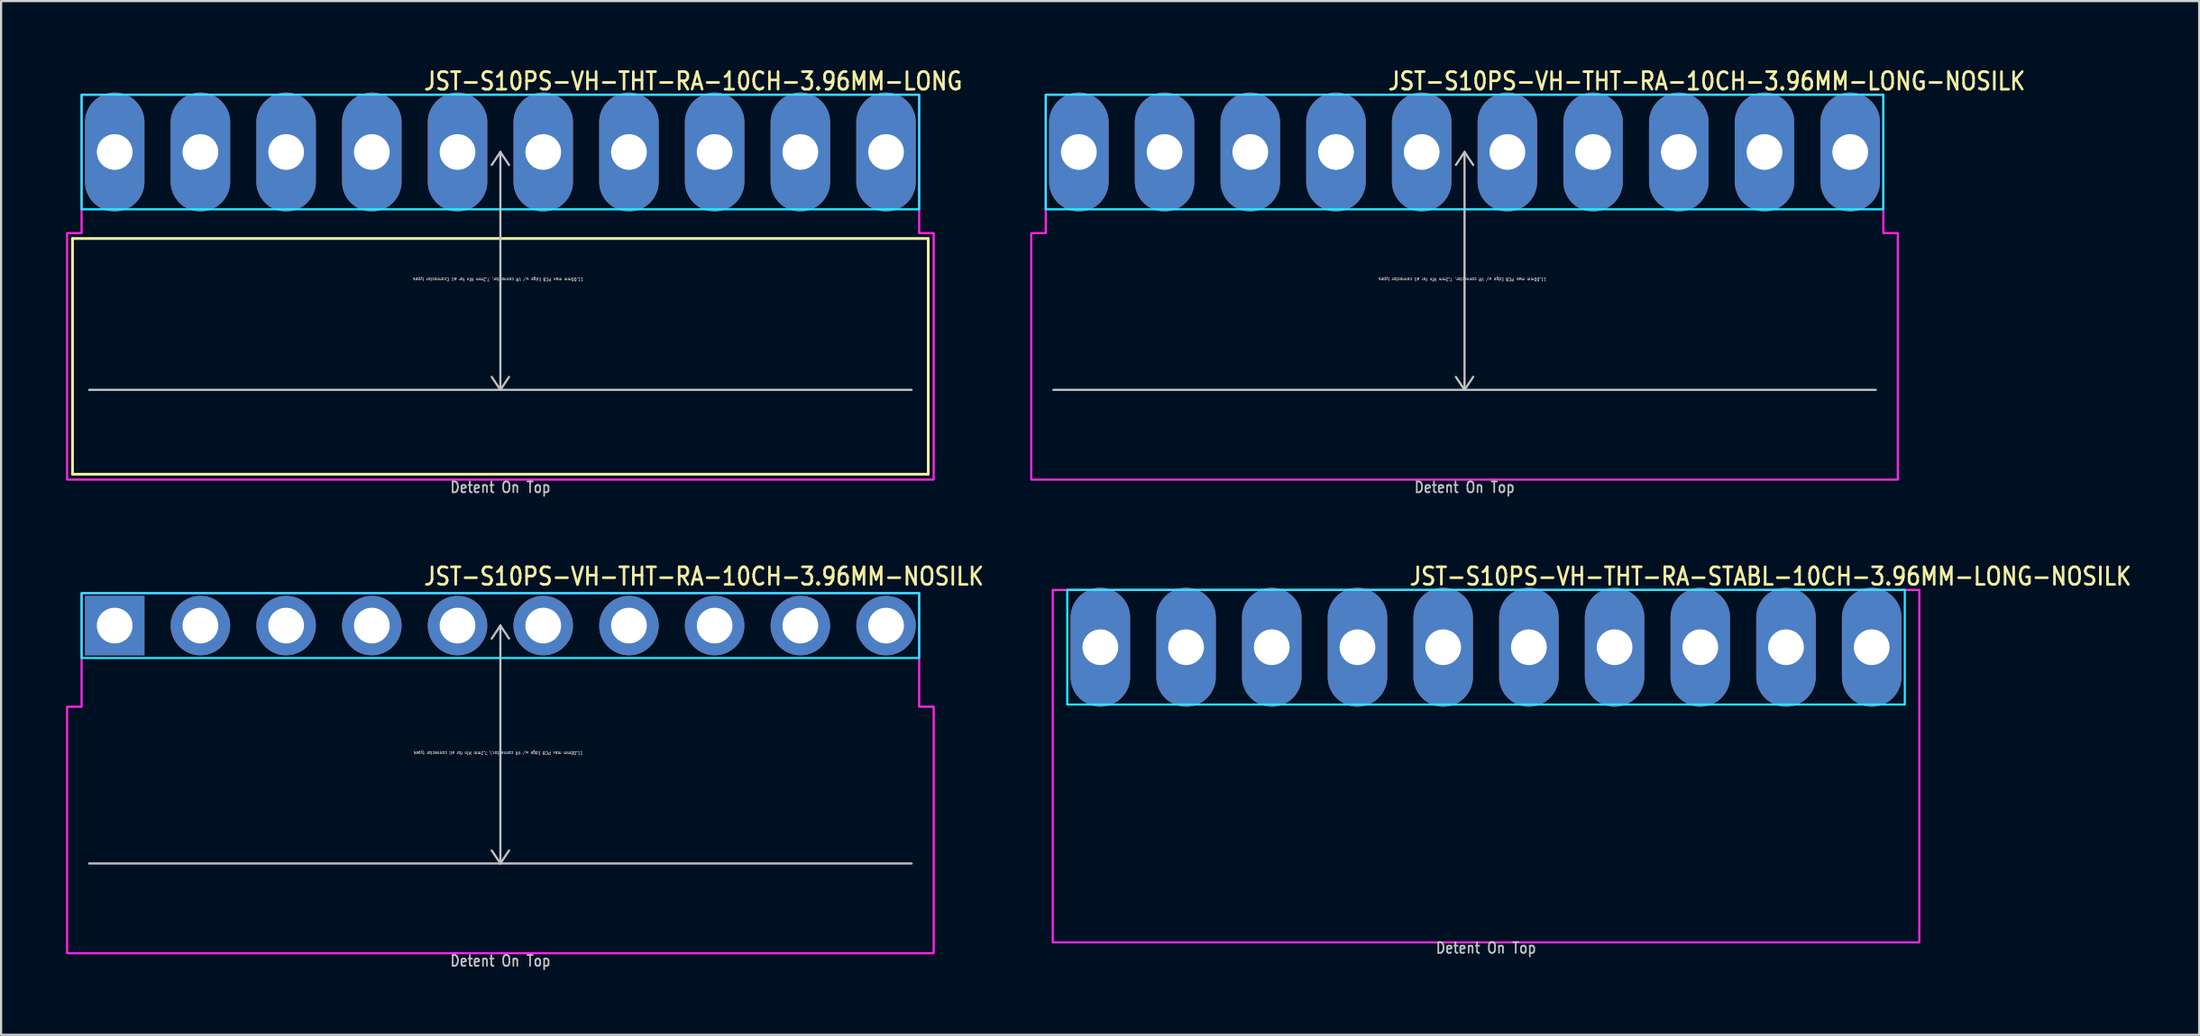
<source format=kicad_pcb>
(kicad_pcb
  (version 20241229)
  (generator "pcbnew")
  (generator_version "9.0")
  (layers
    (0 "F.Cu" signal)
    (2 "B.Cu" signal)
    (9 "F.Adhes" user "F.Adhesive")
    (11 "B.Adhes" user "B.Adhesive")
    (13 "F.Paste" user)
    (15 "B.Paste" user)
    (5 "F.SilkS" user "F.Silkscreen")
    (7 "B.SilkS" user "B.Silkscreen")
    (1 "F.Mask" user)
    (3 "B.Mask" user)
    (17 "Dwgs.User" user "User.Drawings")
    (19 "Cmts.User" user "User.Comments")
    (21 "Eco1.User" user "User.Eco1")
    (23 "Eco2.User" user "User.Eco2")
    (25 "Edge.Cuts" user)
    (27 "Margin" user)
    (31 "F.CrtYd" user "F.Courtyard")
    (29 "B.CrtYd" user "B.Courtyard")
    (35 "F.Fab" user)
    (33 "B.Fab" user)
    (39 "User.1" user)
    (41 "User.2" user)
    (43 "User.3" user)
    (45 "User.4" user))
  (footprint "JST-S10PS-VH-THT-RA-10CH-3.96MM-LONG-NOSILK"
    (layer "F.Cu")
    (at 64.619 3.979)
    (property "Reference" "JST-S10PS-VH-THT-RA-10CH-3.96MM-LONG-NOSILK" (at -3.6 -2.8 0) (unlocked yes) (layer "F.SilkS") (effects (font (size 0.813 0.695) (thickness 0.122)) (justify left bottom)))
    (fp_line (start -19 11) (end 19 11) (stroke (width 0.1) (type solid)) (layer "Dwgs.User"))
    (fp_line (start 0 0) (end -0.4 0.6) (stroke (width 0.1) (type solid)) (layer "Dwgs.User"))
    (fp_line (start 0 0) (end 0 11) (stroke (width 0.1) (type solid)) (layer "Dwgs.User"))
    (fp_line (start 0 0) (end 0.4 0.6) (stroke (width 0.1) (type solid)) (layer "Dwgs.User"))
    (fp_line (start 0 11) (end -0.4 10.4) (stroke (width 0.1) (type solid)) (layer "Dwgs.User"))
    (fp_line (start 0 11) (end 0.4 10.4) (stroke (width 0.1) (type solid)) (layer "Dwgs.User"))
    (fp_poly (pts (xy -19.35 -2.65) (xy -19.35 2.65) (xy 19.35 2.65) (xy 19.35 -2.65)) (stroke (width 0.1) (type solid)) (fill no) (layer "B.CrtYd"))
    (fp_poly (pts (xy -20.02 3.75) (xy -20.02 15.15) (xy 20.02 15.15) (xy 20.02 3.75) (xy 19.35 3.75) (xy 19.35 -2.65) (xy -19.35 -2.65) (xy -19.35 3.75)) (stroke (width 0.1) (type solid)) (fill no) (layer "F.CrtYd"))
    (fp_text user "11.00mm max PCB Edge w/ VR connector, 7.2mm Min for all connector types" (at -0.1 5.8 180) (unlocked yes) (layer "Dwgs.User") (effects (font (size 0.15 0.128) (thickness 0.022)) (justify bottom)))
    (fp_text user "Detent On Top" (at 0 15.8 0) (unlocked yes) (layer "Dwgs.User") (effects (font (size 0.5 0.427) (thickness 0.075)) (justify bottom)))
    (pad "P$1" thru_hole oval (at -17.82 0 90) (size 5.5 2.75) (drill 1.65) (layers "*.Cu" "*.Mask"))
    (pad "P$2" thru_hole oval (at -13.86 0 90) (size 5.5 2.75) (drill 1.65) (layers "*.Cu" "*.Mask"))
    (pad "P$3" thru_hole oval (at -9.9 0 90) (size 5.5 2.75) (drill 1.65) (layers "*.Cu" "*.Mask"))
    (pad "P$4" thru_hole oval (at -5.94 0 90) (size 5.5 2.75) (drill 1.65) (layers "*.Cu" "*.Mask"))
    (pad "P$5" thru_hole oval (at -1.98 0 90) (size 5.5 2.75) (drill 1.65) (layers "*.Cu" "*.Mask"))
    (pad "P$6" thru_hole oval (at 1.98 0 90) (size 5.5 2.75) (drill 1.65) (layers "*.Cu" "*.Mask"))
    (pad "P$7" thru_hole oval (at 5.94 0 90) (size 5.5 2.75) (drill 1.65) (layers "*.Cu" "*.Mask"))
    (pad "P$8" thru_hole oval (at 9.9 0 90) (size 5.5 2.75) (drill 1.65) (layers "*.Cu" "*.Mask"))
    (pad "P$9" thru_hole oval (at 13.86 0 90) (size 5.5 2.75) (drill 1.65) (layers "*.Cu" "*.Mask"))
    (pad "P$10" thru_hole oval (at 17.82 0 90) (size 5.5 2.75) (drill 1.65) (layers "*.Cu" "*.Mask")))
  (footprint "JST-S10PS-VH-THT-RA-STABL-10CH-3.96MM-LONG-NOSILK"
    (layer "F.Cu")
    (at 65.612 26.88)
    (property "Reference" "JST-S10PS-VH-THT-RA-STABL-10CH-3.96MM-LONG-NOSILK" (at -3.6 -2.8 0) (unlocked yes) (layer "F.SilkS") (effects (font (size 0.813 0.695) (thickness 0.122)) (justify left bottom)))
    (fp_poly (pts (xy -19.35 -2.65) (xy -19.35 2.65) (xy 19.35 2.65) (xy 19.35 -2.65)) (stroke (width 0.1) (type solid)) (fill no) (layer "B.CrtYd"))
    (fp_poly (pts (xy -20.02 -2.65) (xy -20.02 13.65) (xy 20.02 13.65) (xy 20.02 -2.65)) (stroke (width 0.1) (type solid)) (fill no) (layer "F.CrtYd"))
    (fp_text user "Detent On Top" (at 0 14.2 0) (unlocked yes) (layer "Dwgs.User") (effects (font (size 0.5 0.427) (thickness 0.075)) (justify bottom)))
    (pad "1" thru_hole oval (at -17.82 0 90) (size 5.5 2.75) (drill 1.65) (layers "*.Cu" "*.Mask"))
    (pad "2" thru_hole oval (at -13.86 0 90) (size 5.5 2.75) (drill 1.65) (layers "*.Cu" "*.Mask"))
    (pad "3" thru_hole oval (at -9.9 0 90) (size 5.5 2.75) (drill 1.65) (layers "*.Cu" "*.Mask"))
    (pad "4" thru_hole oval (at -5.94 0 90) (size 5.5 2.75) (drill 1.65) (layers "*.Cu" "*.Mask"))
    (pad "5" thru_hole oval (at -1.98 0 90) (size 5.5 2.75) (drill 1.65) (layers "*.Cu" "*.Mask"))
    (pad "6" thru_hole oval (at 1.98 0 90) (size 5.5 2.75) (drill 1.65) (layers "*.Cu" "*.Mask"))
    (pad "7" thru_hole oval (at 5.94 0 90) (size 5.5 2.75) (drill 1.65) (layers "*.Cu" "*.Mask"))
    (pad "8" thru_hole oval (at 9.9 0 90) (size 5.5 2.75) (drill 1.65) (layers "*.Cu" "*.Mask"))
    (pad "9" thru_hole oval (at 13.86 0 90) (size 5.5 2.75) (drill 1.65) (layers "*.Cu" "*.Mask"))
    (pad "10" thru_hole oval (at 17.82 0 90) (size 5.5 2.75) (drill 1.65) (layers "*.Cu" "*.Mask")))
  (footprint "JST-S10PS-VH-THT-RA-10CH-3.96MM-NOSILK"
    (layer "F.Cu")
    (at 20.07 25.88)
    (property "Reference" "JST-S10PS-VH-THT-RA-10CH-3.96MM-NOSILK" (at -3.6 -1.8 0) (unlocked yes) (layer "F.SilkS") (effects (font (size 0.813 0.695) (thickness 0.122)) (justify left bottom)))
    (fp_line (start -19 11) (end 19 11) (stroke (width 0.1) (type solid)) (layer "Dwgs.User"))
    (fp_line (start 0 0) (end -0.4 0.6) (stroke (width 0.1) (type solid)) (layer "Dwgs.User"))
    (fp_line (start 0 0) (end 0 11) (stroke (width 0.1) (type solid)) (layer "Dwgs.User"))
    (fp_line (start 0 0) (end 0.4 0.6) (stroke (width 0.1) (type solid)) (layer "Dwgs.User"))
    (fp_line (start 0 11) (end -0.4 10.4) (stroke (width 0.1) (type solid)) (layer "Dwgs.User"))
    (fp_line (start 0 11) (end 0.4 10.4) (stroke (width 0.1) (type solid)) (layer "Dwgs.User"))
    (fp_poly (pts (xy -19.35 -1.5) (xy -19.35 1.5) (xy 19.35 1.5) (xy 19.35 -1.5)) (stroke (width 0.1) (type solid)) (fill no) (layer "B.CrtYd"))
    (fp_poly (pts (xy -20.02 3.75) (xy -20.02 15.15) (xy 20.02 15.15) (xy 20.02 3.75) (xy 19.35 3.75) (xy 19.35 -1.5) (xy -19.35 -1.5) (xy -19.35 3.75)) (stroke (width 0.1) (type solid)) (fill no) (layer "F.CrtYd"))
    (fp_text user "11.00mm max PCB Edge w/ VR connector,\\ 7.2mm Min for all connector types" (at -0.1 5.8 180) (unlocked yes) (layer "Dwgs.User") (effects (font (size 0.15 0.128) (thickness 0.022)) (justify bottom)))
    (fp_text user "Detent On Top" (at 0 15.8 0) (unlocked yes) (layer "Dwgs.User") (effects (font (size 0.5 0.427) (thickness 0.075)) (justify bottom)))
    (pad "1" thru_hole rect (at -17.82 0) (size 2.75 2.75) (drill 1.65) (layers "*.Cu" "*.Mask"))
    (pad "2" thru_hole oval (at -13.86 0) (size 2.75 2.75) (drill 1.65) (layers "*.Cu" "*.Mask"))
    (pad "3" thru_hole oval (at -9.9 0) (size 2.75 2.75) (drill 1.65) (layers "*.Cu" "*.Mask"))
    (pad "4" thru_hole oval (at -5.94 0) (size 2.75 2.75) (drill 1.65) (layers "*.Cu" "*.Mask"))
    (pad "5" thru_hole oval (at -1.98 0) (size 2.75 2.75) (drill 1.65) (layers "*.Cu" "*.Mask"))
    (pad "6" thru_hole oval (at 1.98 0) (size 2.75 2.75) (drill 1.65) (layers "*.Cu" "*.Mask"))
    (pad "7" thru_hole oval (at 5.94 0) (size 2.75 2.75) (drill 1.65) (layers "*.Cu" "*.Mask"))
    (pad "8" thru_hole oval (at 9.9 0) (size 2.75 2.75) (drill 1.65) (layers "*.Cu" "*.Mask"))
    (pad "9" thru_hole oval (at 13.86 0) (size 2.75 2.75) (drill 1.65) (layers "*.Cu" "*.Mask"))
    (pad "10" thru_hole oval (at 17.82 0) (size 2.75 2.75) (drill 1.65) (layers "*.Cu" "*.Mask")))
  (footprint "JST-S10PS-VH-THT-RA-10CH-3.96MM-LONG"
    (layer "F.Cu")
    (at 20.07 3.979)
    (property "Reference" "JST-S10PS-VH-THT-RA-10CH-3.96MM-LONG" (at -3.6 -2.8 0) (unlocked yes) (layer "F.SilkS") (effects (font (size 0.813 0.695) (thickness 0.122)) (justify left bottom)))
    (fp_line (start -19.77 4) (end 19.77 4) (stroke (width 0.127) (type solid)) (layer "F.SilkS"))
    (fp_line (start -19.77 14.9) (end -19.77 4) (stroke (width 0.127) (type solid)) (layer "F.SilkS"))
    (fp_line (start -19.77 14.9) (end 19.77 14.9) (stroke (width 0.127) (type solid)) (layer "F.SilkS"))
    (fp_line (start 19.77 4) (end 19.77 14.9) (stroke (width 0.127) (type solid)) (layer "F.SilkS"))
    (fp_line (start -19 11) (end 19 11) (stroke (width 0.1) (type solid)) (layer "Dwgs.User"))
    (fp_line (start 0 0) (end -0.4 0.6) (stroke (width 0.1) (type solid)) (layer "Dwgs.User"))
    (fp_line (start 0 0) (end 0 11) (stroke (width 0.1) (type solid)) (layer "Dwgs.User"))
    (fp_line (start 0 0) (end 0.4 0.6) (stroke (width 0.1) (type solid)) (layer "Dwgs.User"))
    (fp_line (start 0 11) (end -0.4 10.4) (stroke (width 0.1) (type solid)) (layer "Dwgs.User"))
    (fp_line (start 0 11) (end 0.4 10.4) (stroke (width 0.1) (type solid)) (layer "Dwgs.User"))
    (fp_poly (pts (xy -19.35 -2.65) (xy -19.35 2.65) (xy 19.35 2.65) (xy 19.35 -2.65)) (stroke (width 0.1) (type solid)) (fill no) (layer "B.CrtYd"))
    (fp_poly (pts (xy -20.02 3.75) (xy -20.02 15.15) (xy 20.02 15.15) (xy 20.02 3.75) (xy 19.35 3.75) (xy 19.35 -2.65) (xy -19.35 -2.65) (xy -19.35 3.75)) (stroke (width 0.1) (type solid)) (fill no) (layer "F.CrtYd"))
    (fp_text user "Detent On Top" (at 0 15.8 0) (unlocked yes) (layer "Dwgs.User") (effects (font (size 0.5 0.427) (thickness 0.075)) (justify bottom)))
    (fp_text user "11.00mm max PCB Edge w/ VR connector, 7.2mm Min for all Cconnector types" (at -0.1 5.8 180) (unlocked yes) (layer "Dwgs.User") (effects (font (size 0.15 0.128) (thickness 0.022)) (justify bottom)))
    (pad "1" thru_hole oval (at -17.82 0 90) (size 5.5 2.75) (drill 1.65) (layers "*.Cu" "*.Mask"))
    (pad "2" thru_hole oval (at -13.86 0 90) (size 5.5 2.75) (drill 1.65) (layers "*.Cu" "*.Mask"))
    (pad "3" thru_hole oval (at -9.9 0 90) (size 5.5 2.75) (drill 1.65) (layers "*.Cu" "*.Mask"))
    (pad "4" thru_hole oval (at -5.94 0 90) (size 5.5 2.75) (drill 1.65) (layers "*.Cu" "*.Mask"))
    (pad "5" thru_hole oval (at -1.98 0 90) (size 5.5 2.75) (drill 1.65) (layers "*.Cu" "*.Mask"))
    (pad "6" thru_hole oval (at 1.98 0 90) (size 5.5 2.75) (drill 1.65) (layers "*.Cu" "*.Mask"))
    (pad "7" thru_hole oval (at 5.94 0 90) (size 5.5 2.75) (drill 1.65) (layers "*.Cu" "*.Mask"))
    (pad "8" thru_hole oval (at 9.9 0 90) (size 5.5 2.75) (drill 1.65) (layers "*.Cu" "*.Mask"))
    (pad "9" thru_hole oval (at 13.86 0 90) (size 5.5 2.75) (drill 1.65) (layers "*.Cu" "*.Mask"))
    (pad "10" thru_hole oval (at 17.82 0 90) (size 5.5 2.75) (drill 1.65) (layers "*.Cu" "*.Mask")))
  (gr_rect
    (start -3 -3)
    (end 98.563 44.804)
    (stroke (width 0.1) (type default))
    (fill no)
    (layer "Edge.Cuts")))
</source>
